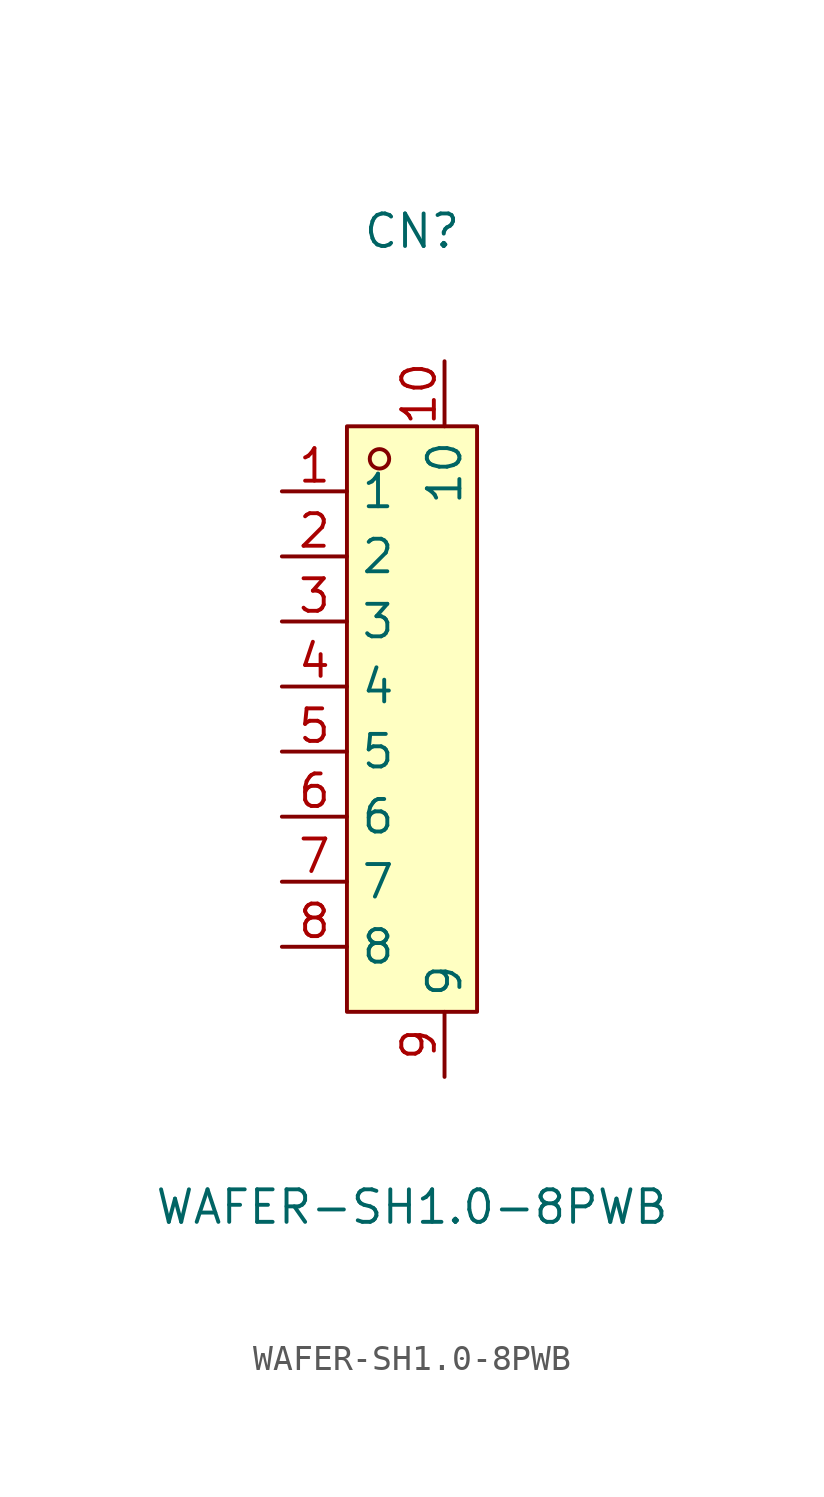
<source format=kicad_sym>
(kicad_symbol_lib
  (version 20211014)
  (generator https://github.com/uPesy/easyeda2kicad.py)
  (symbol "WAFER-SH1.0-8PWB"
    (property "Reference" "CN"
      (at 0 19.05 0)
      (effects (font (size 1.27 1.27))))
    (property "Value" "WAFER-SH1.0-8PWB"
      (at 0 -19.05 0)
      (effects (font (size 1.27 1.27))))
    (symbol "WAFER-SH1.0-8PWB_0_1"
      (rectangle (start -2.54 11.43) (end 2.54 -11.43) (stroke (width 0) (type default) (color 0 0 0 0)) (fill (type background)))
      (circle (center -1.27 10.16) (radius 0.38) (stroke (width 0) (type default) (color 0 0 0 0)) (fill (type none)))
      (pin unspecified line (at -5.08 8.89 0) (length 2.54) (name "1" (effects (font (size 1.27 1.27)))) (number "1" (effects (font (size 1.27 1.27)))))
      (pin unspecified line (at -5.08 6.35 0) (length 2.54) (name "2" (effects (font (size 1.27 1.27)))) (number "2" (effects (font (size 1.27 1.27)))))
      (pin unspecified line (at -5.08 3.81 0) (length 2.54) (name "3" (effects (font (size 1.27 1.27)))) (number "3" (effects (font (size 1.27 1.27)))))
      (pin unspecified line (at -5.08 1.27 0) (length 2.54) (name "4" (effects (font (size 1.27 1.27)))) (number "4" (effects (font (size 1.27 1.27)))))
      (pin unspecified line (at -5.08 -1.27 0) (length 2.54) (name "5" (effects (font (size 1.27 1.27)))) (number "5" (effects (font (size 1.27 1.27)))))
      (pin unspecified line (at -5.08 -3.81 0) (length 2.54) (name "6" (effects (font (size 1.27 1.27)))) (number "6" (effects (font (size 1.27 1.27)))))
      (pin unspecified line (at -5.08 -6.35 0) (length 2.54) (name "7" (effects (font (size 1.27 1.27)))) (number "7" (effects (font (size 1.27 1.27)))))
      (pin unspecified line (at -5.08 -8.89 0) (length 2.54) (name "8" (effects (font (size 1.27 1.27)))) (number "8" (effects (font (size 1.27 1.27)))))
      (pin unspecified line (at 1.27 -13.97 90) (length 2.54) (name "9" (effects (font (size 1.27 1.27)))) (number "9" (effects (font (size 1.27 1.27)))))
      (pin unspecified line (at 1.27 13.97 270) (length 2.54) (name "10" (effects (font (size 1.27 1.27)))) (number "10" (effects (font (size 1.27 1.27))))))))
</source>
